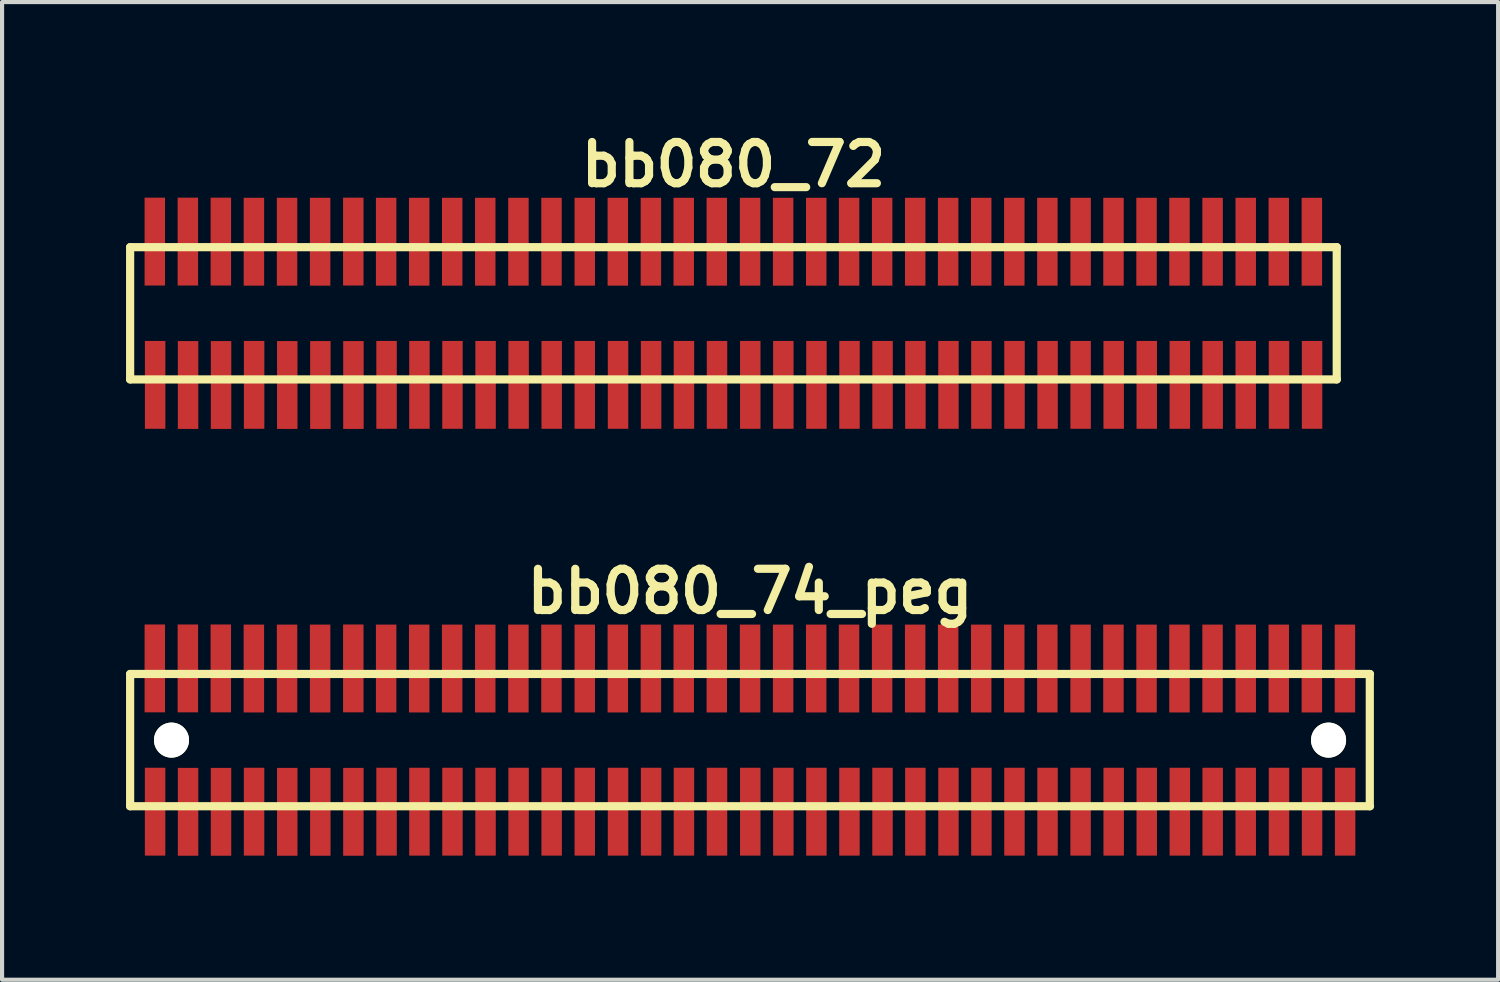
<source format=kicad_pcb>
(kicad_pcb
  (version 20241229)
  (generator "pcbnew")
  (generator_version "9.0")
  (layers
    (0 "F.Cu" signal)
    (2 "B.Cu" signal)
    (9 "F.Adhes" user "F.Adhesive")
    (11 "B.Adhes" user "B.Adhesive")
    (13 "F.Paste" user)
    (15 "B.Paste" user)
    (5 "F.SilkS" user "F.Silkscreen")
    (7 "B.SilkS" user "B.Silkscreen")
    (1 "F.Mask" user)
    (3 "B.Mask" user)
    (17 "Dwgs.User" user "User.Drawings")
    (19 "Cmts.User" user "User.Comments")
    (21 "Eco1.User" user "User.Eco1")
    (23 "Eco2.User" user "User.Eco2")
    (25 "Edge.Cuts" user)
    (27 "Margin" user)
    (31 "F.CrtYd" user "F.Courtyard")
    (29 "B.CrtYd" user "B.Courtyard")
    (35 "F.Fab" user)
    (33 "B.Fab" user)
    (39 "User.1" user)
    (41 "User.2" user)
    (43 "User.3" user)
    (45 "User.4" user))
  (footprint "bb080_74_peg"
    (layer "F.Cu")
    (at 15.1 14.859)
    (property "Reference" "bb080_74_peg" (at 0 -3.599 0) (layer "F.SilkS") (effects (font (size 0.998 0.998) (thickness 0.198))))
    (attr smd)
    (fp_line (start -15.001 -1.6) (end -15.001 1.6) (stroke (width 0.198) (type solid)) (layer "F.SilkS"))
    (fp_line (start -15.001 -1.6) (end 15.001 -1.6) (stroke (width 0.198) (type solid)) (layer "F.SilkS"))
    (fp_line (start 14.996 1.6) (end 14.996 -1.6) (stroke (width 0.198) (type solid)) (layer "F.SilkS"))
    (fp_line (start 15.001 1.6) (end -15.001 1.6) (stroke (width 0.198) (type solid)) (layer "F.SilkS"))
    (pad "" np_thru_hole circle (at -14 0) (size 0.848 0.848) (drill 0.848) (layers "*.Cu" "*.Mask" "F.SilkS"))
    (pad "" np_thru_hole circle (at 13.998 0) (size 0.848 0.848) (drill 0.848) (layers "*.Cu" "*.Mask" "F.SilkS"))
    (pad "1" smd rect (at -14.397 1.732) (size 0.495 2.126) (layers "F.Cu" "F.Mask" "F.Paste"))
    (pad "2" smd rect (at -14.404 -1.735) (size 0.495 2.126) (layers "F.Cu" "F.Mask" "F.Paste"))
    (pad "3" smd rect (at -13.599 1.735) (size 0.495 2.126) (layers "F.Cu" "F.Mask" "F.Paste"))
    (pad "4" smd rect (at -13.604 -1.735) (size 0.495 2.126) (layers "F.Cu" "F.Mask" "F.Paste"))
    (pad "5" smd rect (at -12.802 1.735) (size 0.495 2.126) (layers "F.Cu" "F.Mask" "F.Paste"))
    (pad "6" smd rect (at -12.807 -1.735) (size 0.495 2.126) (layers "F.Cu" "F.Mask" "F.Paste"))
    (pad "7" smd rect (at -12.002 1.732) (size 0.495 2.126) (layers "F.Cu" "F.Mask" "F.Paste"))
    (pad "8" smd rect (at -12.007 -1.732) (size 0.495 2.126) (layers "F.Cu" "F.Mask" "F.Paste"))
    (pad "9" smd rect (at -11.199 1.735) (size 0.495 2.126) (layers "F.Cu" "F.Mask" "F.Paste"))
    (pad "10" smd rect (at -11.204 -1.732) (size 0.495 2.126) (layers "F.Cu" "F.Mask" "F.Paste"))
    (pad "11" smd rect (at -10.399 1.735) (size 0.495 2.126) (layers "F.Cu" "F.Mask" "F.Paste"))
    (pad "12" smd rect (at -10.404 -1.732) (size 0.495 2.126) (layers "F.Cu" "F.Mask" "F.Paste"))
    (pad "13" smd rect (at -9.599 1.735) (size 0.495 2.126) (layers "F.Cu" "F.Mask" "F.Paste"))
    (pad "14" smd rect (at -9.601 -1.735) (size 0.495 2.126) (layers "F.Cu" "F.Mask" "F.Paste"))
    (pad "15" smd rect (at -8.796 1.732) (size 0.495 2.126) (layers "F.Cu" "F.Mask" "F.Paste"))
    (pad "16" smd rect (at -8.806 -1.732) (size 0.495 2.126) (layers "F.Cu" "F.Mask" "F.Paste"))
    (pad "17" smd rect (at -8.001 1.732) (size 0.495 2.126) (layers "F.Cu" "F.Mask" "F.Paste"))
    (pad "18" smd rect (at -8.006 -1.732) (size 0.495 2.126) (layers "F.Cu" "F.Mask" "F.Paste"))
    (pad "19" smd rect (at -7.201 1.732) (size 0.495 2.126) (layers "F.Cu" "F.Mask" "F.Paste"))
    (pad "20" smd rect (at -7.209 -1.732) (size 0.495 2.126) (layers "F.Cu" "F.Mask" "F.Paste"))
    (pad "21" smd rect (at -6.401 1.732) (size 0.495 2.126) (layers "F.Cu" "F.Mask" "F.Paste"))
    (pad "22" smd rect (at -6.408 -1.732) (size 0.495 2.126) (layers "F.Cu" "F.Mask" "F.Paste"))
    (pad "23" smd rect (at -5.601 1.732) (size 0.495 2.126) (layers "F.Cu" "F.Mask" "F.Paste"))
    (pad "24" smd rect (at -5.606 -1.732) (size 0.495 2.126) (layers "F.Cu" "F.Mask" "F.Paste"))
    (pad "25" smd rect (at -4.801 1.732) (size 0.495 2.126) (layers "F.Cu" "F.Mask" "F.Paste"))
    (pad "26" smd rect (at -4.806 -1.732) (size 0.495 2.126) (layers "F.Cu" "F.Mask" "F.Paste"))
    (pad "27" smd rect (at -4 1.732) (size 0.495 2.126) (layers "F.Cu" "F.Mask" "F.Paste"))
    (pad "28" smd rect (at -4 -1.732) (size 0.495 2.126) (layers "F.Cu" "F.Mask" "F.Paste"))
    (pad "29" smd rect (at -3.195 1.732) (size 0.495 2.126) (layers "F.Cu" "F.Mask" "F.Paste"))
    (pad "30" smd rect (at -3.2 -1.732) (size 0.495 2.126) (layers "F.Cu" "F.Mask" "F.Paste"))
    (pad "31" smd rect (at -2.395 1.732) (size 0.495 2.126) (layers "F.Cu" "F.Mask" "F.Paste"))
    (pad "32" smd rect (at -2.4 -1.732) (size 0.495 2.126) (layers "F.Cu" "F.Mask" "F.Paste"))
    (pad "33" smd rect (at -1.6 1.732) (size 0.495 2.126) (layers "F.Cu" "F.Mask" "F.Paste"))
    (pad "34" smd rect (at -1.605 -1.732) (size 0.495 2.126) (layers "F.Cu" "F.Mask" "F.Paste"))
    (pad "35" smd rect (at -0.8 1.732) (size 0.495 2.126) (layers "F.Cu" "F.Mask" "F.Paste"))
    (pad "36" smd rect (at -0.805 -1.732) (size 0.495 2.126) (layers "F.Cu" "F.Mask" "F.Paste"))
    (pad "37" smd rect (at 0.005 1.732) (size 0.495 2.126) (layers "F.Cu" "F.Mask" "F.Paste"))
    (pad "38" smd rect (at 0 -1.732) (size 0.495 2.126) (layers "F.Cu" "F.Mask" "F.Paste"))
    (pad "39" smd rect (at 0.805 1.732) (size 0.495 2.126) (layers "F.Cu" "F.Mask" "F.Paste"))
    (pad "40" smd rect (at 0.8 -1.732) (size 0.495 2.126) (layers "F.Cu" "F.Mask" "F.Paste"))
    (pad "41" smd rect (at 1.605 1.732) (size 0.495 2.126) (layers "F.Cu" "F.Mask" "F.Paste"))
    (pad "42" smd rect (at 1.6 -1.732) (size 0.495 2.126) (layers "F.Cu" "F.Mask" "F.Paste"))
    (pad "43" smd rect (at 2.405 1.732) (size 0.495 2.126) (layers "F.Cu" "F.Mask" "F.Paste"))
    (pad "44" smd rect (at 2.395 -1.732) (size 0.495 2.126) (layers "F.Cu" "F.Mask" "F.Paste"))
    (pad "45" smd rect (at 3.205 1.732) (size 0.495 2.126) (layers "F.Cu" "F.Mask" "F.Paste"))
    (pad "46" smd rect (at 3.195 -1.732) (size 0.495 2.126) (layers "F.Cu" "F.Mask" "F.Paste"))
    (pad "47" smd rect (at 4 1.732) (size 0.495 2.126) (layers "F.Cu" "F.Mask" "F.Paste"))
    (pad "48" smd rect (at 3.995 -1.732) (size 0.495 2.126) (layers "F.Cu" "F.Mask" "F.Paste"))
    (pad "49" smd rect (at 4.801 1.732) (size 0.495 2.126) (layers "F.Cu" "F.Mask" "F.Paste"))
    (pad "50" smd rect (at 4.793 -1.732) (size 0.495 2.126) (layers "F.Cu" "F.Mask" "F.Paste"))
    (pad "51" smd rect (at 5.598 1.732) (size 0.495 2.126) (layers "F.Cu" "F.Mask" "F.Paste"))
    (pad "52" smd rect (at 5.593 -1.732) (size 0.495 2.126) (layers "F.Cu" "F.Mask" "F.Paste"))
    (pad "53" smd rect (at 6.398 1.732) (size 0.495 2.126) (layers "F.Cu" "F.Mask" "F.Paste"))
    (pad "54" smd rect (at 6.393 -1.732) (size 0.495 2.126) (layers "F.Cu" "F.Mask" "F.Paste"))
    (pad "55" smd rect (at 7.198 1.732) (size 0.495 2.126) (layers "F.Cu" "F.Mask" "F.Paste"))
    (pad "56" smd rect (at 7.193 -1.732) (size 0.495 2.126) (layers "F.Cu" "F.Mask" "F.Paste"))
    (pad "57" smd rect (at 7.998 1.732) (size 0.495 2.126) (layers "F.Cu" "F.Mask" "F.Paste"))
    (pad "58" smd rect (at 7.998 -1.732) (size 0.495 2.126) (layers "F.Cu" "F.Mask" "F.Paste"))
    (pad "59" smd rect (at 8.799 1.732) (size 0.495 2.126) (layers "F.Cu" "F.Mask" "F.Paste"))
    (pad "60" smd rect (at 8.793 -1.732) (size 0.495 2.126) (layers "F.Cu" "F.Mask" "F.Paste"))
    (pad "61" smd rect (at 9.599 1.732) (size 0.495 2.126) (layers "F.Cu" "F.Mask" "F.Paste"))
    (pad "62" smd rect (at 9.594 -1.732) (size 0.495 2.126) (layers "F.Cu" "F.Mask" "F.Paste"))
    (pad "63" smd rect (at 10.399 1.732) (size 0.495 2.126) (layers "F.Cu" "F.Mask" "F.Paste"))
    (pad "64" smd rect (at 10.391 -1.732) (size 0.495 2.126) (layers "F.Cu" "F.Mask" "F.Paste"))
    (pad "65" smd rect (at 11.194 1.732) (size 0.495 2.126) (layers "F.Cu" "F.Mask" "F.Paste"))
    (pad "66" smd rect (at 11.191 -1.732) (size 0.495 2.126) (layers "F.Cu" "F.Mask" "F.Paste"))
    (pad "67" smd rect (at 11.994 1.732) (size 0.495 2.126) (layers "F.Cu" "F.Mask" "F.Paste"))
    (pad "68" smd rect (at 11.994 -1.732) (size 0.495 2.126) (layers "F.Cu" "F.Mask" "F.Paste"))
    (pad "69" smd rect (at 12.799 1.732) (size 0.495 2.126) (layers "F.Cu" "F.Mask" "F.Paste"))
    (pad "70" smd rect (at 12.794 -1.732) (size 0.495 2.126) (layers "F.Cu" "F.Mask" "F.Paste"))
    (pad "71" smd rect (at 13.599 1.732) (size 0.495 2.126) (layers "F.Cu" "F.Mask" "F.Paste"))
    (pad "72" smd rect (at 13.594 -1.732) (size 0.495 2.126) (layers "F.Cu" "F.Mask" "F.Paste"))
    (pad "73" smd rect (at 14.399 1.732) (size 0.495 2.126) (layers "F.Cu" "F.Mask" "F.Paste"))
    (pad "74" smd rect (at 14.394 -1.732) (size 0.495 2.126) (layers "F.Cu" "F.Mask" "F.Paste")))
  (footprint "bb080_72"
    (layer "F.Cu")
    (at 14.699 4.531)
    (property "Reference" "bb080_72" (at 0 -3.599 0) (layer "F.SilkS") (effects (font (size 0.998 0.998) (thickness 0.198))))
    (attr smd)
    (fp_line (start -14.6 -1.6) (end -14.6 1.6) (stroke (width 0.198) (type solid)) (layer "F.SilkS"))
    (fp_line (start -14.6 1.6) (end 14.6 1.6) (stroke (width 0.198) (type solid)) (layer "F.SilkS"))
    (fp_line (start 14.597 1.6) (end 14.597 -1.6) (stroke (width 0.198) (type solid)) (layer "F.SilkS"))
    (fp_line (start 14.6 -1.6) (end -14.6 -1.6) (stroke (width 0.198) (type solid)) (layer "F.SilkS"))
    (pad "1" smd rect (at -13.995 1.732) (size 0.495 2.126) (layers "F.Cu" "F.Mask" "F.Paste"))
    (pad "2" smd rect (at -14.003 -1.735) (size 0.495 2.126) (layers "F.Cu" "F.Mask" "F.Paste"))
    (pad "3" smd rect (at -13.198 1.735) (size 0.495 2.126) (layers "F.Cu" "F.Mask" "F.Paste"))
    (pad "4" smd rect (at -13.203 -1.735) (size 0.495 2.126) (layers "F.Cu" "F.Mask" "F.Paste"))
    (pad "5" smd rect (at -12.4 1.735) (size 0.495 2.126) (layers "F.Cu" "F.Mask" "F.Paste"))
    (pad "6" smd rect (at -12.405 -1.735) (size 0.495 2.126) (layers "F.Cu" "F.Mask" "F.Paste"))
    (pad "7" smd rect (at -11.6 1.732) (size 0.495 2.126) (layers "F.Cu" "F.Mask" "F.Paste"))
    (pad "8" smd rect (at -11.605 -1.732) (size 0.495 2.126) (layers "F.Cu" "F.Mask" "F.Paste"))
    (pad "9" smd rect (at -10.798 1.735) (size 0.495 2.126) (layers "F.Cu" "F.Mask" "F.Paste"))
    (pad "10" smd rect (at -10.803 -1.732) (size 0.495 2.126) (layers "F.Cu" "F.Mask" "F.Paste"))
    (pad "11" smd rect (at -9.997 1.735) (size 0.495 2.126) (layers "F.Cu" "F.Mask" "F.Paste"))
    (pad "12" smd rect (at -10.003 -1.732) (size 0.495 2.126) (layers "F.Cu" "F.Mask" "F.Paste"))
    (pad "13" smd rect (at -9.197 1.735) (size 0.495 2.126) (layers "F.Cu" "F.Mask" "F.Paste"))
    (pad "14" smd rect (at -9.2 -1.735) (size 0.495 2.126) (layers "F.Cu" "F.Mask" "F.Paste"))
    (pad "15" smd rect (at -8.395 1.732) (size 0.495 2.126) (layers "F.Cu" "F.Mask" "F.Paste"))
    (pad "16" smd rect (at -8.405 -1.732) (size 0.495 2.126) (layers "F.Cu" "F.Mask" "F.Paste"))
    (pad "17" smd rect (at -7.6 1.732) (size 0.495 2.126) (layers "F.Cu" "F.Mask" "F.Paste"))
    (pad "18" smd rect (at -7.605 -1.732) (size 0.495 2.126) (layers "F.Cu" "F.Mask" "F.Paste"))
    (pad "19" smd rect (at -6.8 1.732) (size 0.495 2.126) (layers "F.Cu" "F.Mask" "F.Paste"))
    (pad "20" smd rect (at -6.807 -1.732) (size 0.495 2.126) (layers "F.Cu" "F.Mask" "F.Paste"))
    (pad "21" smd rect (at -5.999 1.732) (size 0.495 2.126) (layers "F.Cu" "F.Mask" "F.Paste"))
    (pad "22" smd rect (at -6.007 -1.732) (size 0.495 2.126) (layers "F.Cu" "F.Mask" "F.Paste"))
    (pad "23" smd rect (at -5.199 1.732) (size 0.495 2.126) (layers "F.Cu" "F.Mask" "F.Paste"))
    (pad "24" smd rect (at -5.204 -1.732) (size 0.495 2.126) (layers "F.Cu" "F.Mask" "F.Paste"))
    (pad "25" smd rect (at -4.399 1.732) (size 0.495 2.126) (layers "F.Cu" "F.Mask" "F.Paste"))
    (pad "26" smd rect (at -4.404 -1.732) (size 0.495 2.126) (layers "F.Cu" "F.Mask" "F.Paste"))
    (pad "27" smd rect (at -3.599 1.732) (size 0.495 2.126) (layers "F.Cu" "F.Mask" "F.Paste"))
    (pad "28" smd rect (at -3.599 -1.732) (size 0.495 2.126) (layers "F.Cu" "F.Mask" "F.Paste"))
    (pad "29" smd rect (at -2.794 1.732) (size 0.495 2.126) (layers "F.Cu" "F.Mask" "F.Paste"))
    (pad "30" smd rect (at -2.799 -1.732) (size 0.495 2.126) (layers "F.Cu" "F.Mask" "F.Paste"))
    (pad "31" smd rect (at -1.994 1.732) (size 0.495 2.126) (layers "F.Cu" "F.Mask" "F.Paste"))
    (pad "32" smd rect (at -1.999 -1.732) (size 0.495 2.126) (layers "F.Cu" "F.Mask" "F.Paste"))
    (pad "33" smd rect (at -1.199 1.732) (size 0.495 2.126) (layers "F.Cu" "F.Mask" "F.Paste"))
    (pad "34" smd rect (at -1.204 -1.732) (size 0.495 2.126) (layers "F.Cu" "F.Mask" "F.Paste"))
    (pad "35" smd rect (at -0.399 1.732) (size 0.495 2.126) (layers "F.Cu" "F.Mask" "F.Paste"))
    (pad "36" smd rect (at -0.404 -1.732) (size 0.495 2.126) (layers "F.Cu" "F.Mask" "F.Paste"))
    (pad "37" smd rect (at 0.406 1.732) (size 0.495 2.126) (layers "F.Cu" "F.Mask" "F.Paste"))
    (pad "38" smd rect (at 0.401 -1.732) (size 0.495 2.126) (layers "F.Cu" "F.Mask" "F.Paste"))
    (pad "39" smd rect (at 1.206 1.732) (size 0.495 2.126) (layers "F.Cu" "F.Mask" "F.Paste"))
    (pad "40" smd rect (at 1.201 -1.732) (size 0.495 2.126) (layers "F.Cu" "F.Mask" "F.Paste"))
    (pad "41" smd rect (at 2.007 1.732) (size 0.495 2.126) (layers "F.Cu" "F.Mask" "F.Paste"))
    (pad "42" smd rect (at 2.002 -1.732) (size 0.495 2.126) (layers "F.Cu" "F.Mask" "F.Paste"))
    (pad "43" smd rect (at 2.807 1.732) (size 0.495 2.126) (layers "F.Cu" "F.Mask" "F.Paste"))
    (pad "44" smd rect (at 2.797 -1.732) (size 0.495 2.126) (layers "F.Cu" "F.Mask" "F.Paste"))
    (pad "45" smd rect (at 3.607 1.732) (size 0.495 2.126) (layers "F.Cu" "F.Mask" "F.Paste"))
    (pad "46" smd rect (at 3.597 -1.732) (size 0.495 2.126) (layers "F.Cu" "F.Mask" "F.Paste"))
    (pad "47" smd rect (at 4.402 1.732) (size 0.495 2.126) (layers "F.Cu" "F.Mask" "F.Paste"))
    (pad "48" smd rect (at 4.397 -1.732) (size 0.495 2.126) (layers "F.Cu" "F.Mask" "F.Paste"))
    (pad "49" smd rect (at 5.202 1.732) (size 0.495 2.126) (layers "F.Cu" "F.Mask" "F.Paste"))
    (pad "50" smd rect (at 5.194 -1.732) (size 0.495 2.126) (layers "F.Cu" "F.Mask" "F.Paste"))
    (pad "51" smd rect (at 5.999 1.732) (size 0.495 2.126) (layers "F.Cu" "F.Mask" "F.Paste"))
    (pad "52" smd rect (at 5.994 -1.732) (size 0.495 2.126) (layers "F.Cu" "F.Mask" "F.Paste"))
    (pad "53" smd rect (at 6.8 1.732) (size 0.495 2.126) (layers "F.Cu" "F.Mask" "F.Paste"))
    (pad "54" smd rect (at 6.795 -1.732) (size 0.495 2.126) (layers "F.Cu" "F.Mask" "F.Paste"))
    (pad "55" smd rect (at 7.6 1.732) (size 0.495 2.126) (layers "F.Cu" "F.Mask" "F.Paste"))
    (pad "56" smd rect (at 7.595 -1.732) (size 0.495 2.126) (layers "F.Cu" "F.Mask" "F.Paste"))
    (pad "57" smd rect (at 8.4 1.732) (size 0.495 2.126) (layers "F.Cu" "F.Mask" "F.Paste"))
    (pad "58" smd rect (at 8.4 -1.732) (size 0.495 2.126) (layers "F.Cu" "F.Mask" "F.Paste"))
    (pad "59" smd rect (at 9.2 1.732) (size 0.495 2.126) (layers "F.Cu" "F.Mask" "F.Paste"))
    (pad "60" smd rect (at 9.195 -1.732) (size 0.495 2.126) (layers "F.Cu" "F.Mask" "F.Paste"))
    (pad "61" smd rect (at 10 1.732) (size 0.495 2.126) (layers "F.Cu" "F.Mask" "F.Paste"))
    (pad "62" smd rect (at 9.995 -1.732) (size 0.495 2.126) (layers "F.Cu" "F.Mask" "F.Paste"))
    (pad "63" smd rect (at 10.8 1.732) (size 0.495 2.126) (layers "F.Cu" "F.Mask" "F.Paste"))
    (pad "64" smd rect (at 10.792 -1.732) (size 0.495 2.126) (layers "F.Cu" "F.Mask" "F.Paste"))
    (pad "65" smd rect (at 11.595 1.732) (size 0.495 2.126) (layers "F.Cu" "F.Mask" "F.Paste"))
    (pad "66" smd rect (at 11.593 -1.732) (size 0.495 2.126) (layers "F.Cu" "F.Mask" "F.Paste"))
    (pad "67" smd rect (at 12.395 1.732) (size 0.495 2.126) (layers "F.Cu" "F.Mask" "F.Paste"))
    (pad "68" smd rect (at 12.395 -1.732) (size 0.495 2.126) (layers "F.Cu" "F.Mask" "F.Paste"))
    (pad "69" smd rect (at 13.2 1.732) (size 0.495 2.126) (layers "F.Cu" "F.Mask" "F.Paste"))
    (pad "70" smd rect (at 13.195 -1.732) (size 0.495 2.126) (layers "F.Cu" "F.Mask" "F.Paste"))
    (pad "71" smd rect (at 14 1.732) (size 0.495 2.126) (layers "F.Cu" "F.Mask" "F.Paste"))
    (pad "72" smd rect (at 13.995 -1.732) (size 0.495 2.126) (layers "F.Cu" "F.Mask" "F.Paste")))
  (gr_rect
    (start -3 -3)
    (end 33.201 20.657)
    (stroke (width 0.1) (type default))
    (fill no)
    (layer "Edge.Cuts")))
</source>
